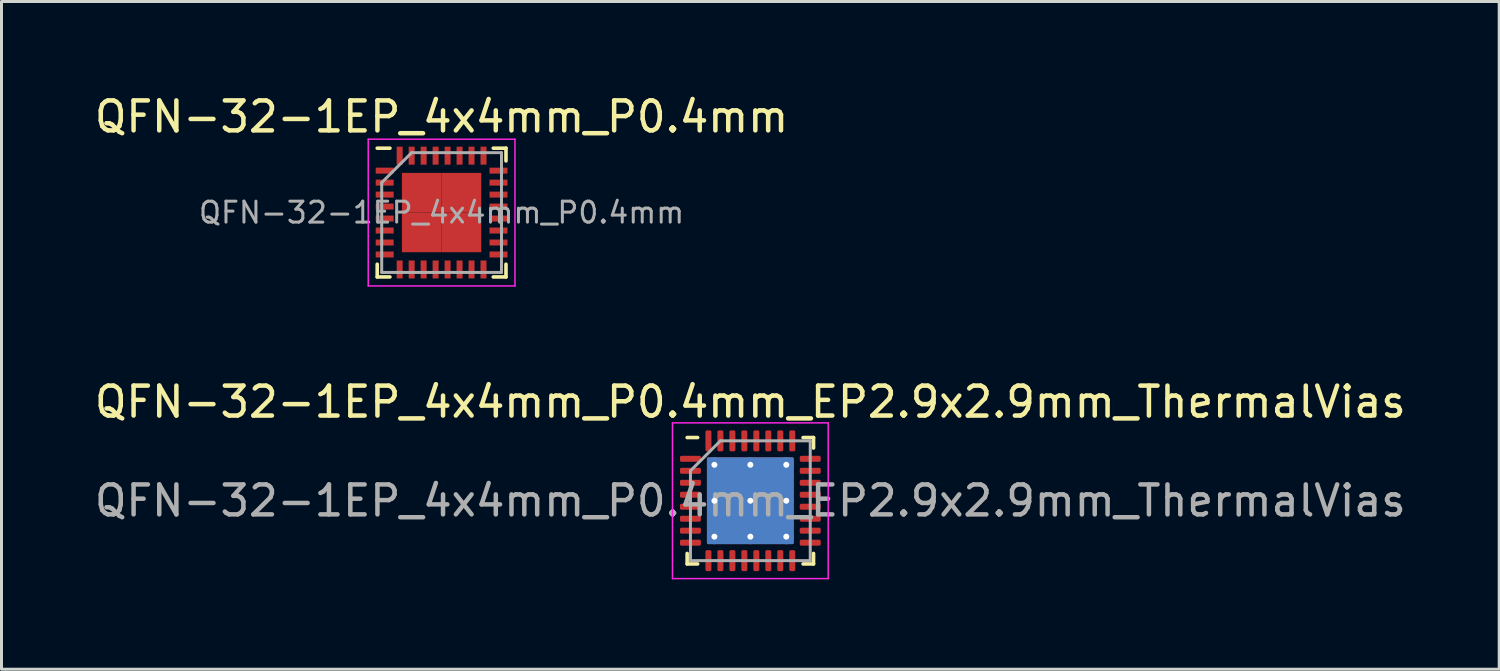
<source format=kicad_pcb>
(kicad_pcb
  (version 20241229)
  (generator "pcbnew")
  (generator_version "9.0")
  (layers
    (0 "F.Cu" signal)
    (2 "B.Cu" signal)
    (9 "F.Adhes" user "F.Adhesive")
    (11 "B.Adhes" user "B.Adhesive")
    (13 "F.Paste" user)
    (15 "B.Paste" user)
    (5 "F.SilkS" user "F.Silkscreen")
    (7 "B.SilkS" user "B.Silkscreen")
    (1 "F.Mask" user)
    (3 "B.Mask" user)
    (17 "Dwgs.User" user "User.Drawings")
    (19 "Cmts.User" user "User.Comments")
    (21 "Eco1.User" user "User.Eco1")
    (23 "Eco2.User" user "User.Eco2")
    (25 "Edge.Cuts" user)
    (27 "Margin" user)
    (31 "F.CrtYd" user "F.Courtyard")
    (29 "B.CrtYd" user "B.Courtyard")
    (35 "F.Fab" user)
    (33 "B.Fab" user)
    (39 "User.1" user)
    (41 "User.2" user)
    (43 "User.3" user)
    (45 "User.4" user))
  (footprint "QFN-32-1EP_4x4mm_P0.4mm"
    (layer "F.Cu")
    (at 11.696 4.048)
    (property "Reference" "QFN-32-1EP_4x4mm_P0.4mm" (at 0 -3.2 0) (layer "F.SilkS") (effects (font (size 1 1) (thickness 0.15))))
    (attr smd)
    (fp_line (start -2.15 -2.15) (end -1.725 -2.15) (stroke (width 0.12) (type solid)) (layer "F.SilkS"))
    (fp_line (start -2.15 2.15) (end -2.15 1.725) (stroke (width 0.12) (type solid)) (layer "F.SilkS"))
    (fp_line (start -2.15 2.15) (end -1.725 2.15) (stroke (width 0.12) (type solid)) (layer "F.SilkS"))
    (fp_line (start 2.15 -2.15) (end 1.725 -2.15) (stroke (width 0.12) (type solid)) (layer "F.SilkS"))
    (fp_line (start 2.15 -2.15) (end 2.15 -1.725) (stroke (width 0.12) (type solid)) (layer "F.SilkS"))
    (fp_line (start 2.15 2.15) (end 1.725 2.15) (stroke (width 0.12) (type solid)) (layer "F.SilkS"))
    (fp_line (start 2.15 2.15) (end 2.15 1.725) (stroke (width 0.12) (type solid)) (layer "F.SilkS"))
    (fp_line (start -2.45 -2.45) (end -2.45 2.45) (stroke (width 0.05) (type solid)) (layer "F.CrtYd"))
    (fp_line (start -2.45 -2.45) (end 2.45 -2.45) (stroke (width 0.05) (type solid)) (layer "F.CrtYd"))
    (fp_line (start -2.45 2.45) (end 2.45 2.45) (stroke (width 0.05) (type solid)) (layer "F.CrtYd"))
    (fp_line (start 2.45 -2.45) (end 2.45 2.45) (stroke (width 0.05) (type solid)) (layer "F.CrtYd"))
    (fp_line (start -2 -1) (end -1 -2) (stroke (width 0.1) (type solid)) (layer "F.Fab"))
    (fp_line (start -2 2) (end -2 -1) (stroke (width 0.1) (type solid)) (layer "F.Fab"))
    (fp_line (start -1 -2) (end 2 -2) (stroke (width 0.1) (type solid)) (layer "F.Fab"))
    (fp_line (start 2 -2) (end 2 2) (stroke (width 0.1) (type solid)) (layer "F.Fab"))
    (fp_line (start 2 2) (end -2 2) (stroke (width 0.1) (type solid)) (layer "F.Fab"))
    (fp_text user "${REFERENCE}" (at 0 0 0) (layer "F.Fab") (effects (font (size 0.7 0.7) (thickness 0.1))))
    (pad "1" smd rect (at -1.9 -1.4) (size 0.6 0.2) (layers "F.Cu" "F.Mask" "F.Paste"))
    (pad "2" smd rect (at -1.9 -1) (size 0.6 0.2) (layers "F.Cu" "F.Mask" "F.Paste"))
    (pad "3" smd rect (at -1.9 -0.6) (size 0.6 0.2) (layers "F.Cu" "F.Mask" "F.Paste"))
    (pad "4" smd rect (at -1.9 -0.2) (size 0.6 0.2) (layers "F.Cu" "F.Mask" "F.Paste"))
    (pad "5" smd rect (at -1.9 0.2) (size 0.6 0.2) (layers "F.Cu" "F.Mask" "F.Paste"))
    (pad "6" smd rect (at -1.9 0.6) (size 0.6 0.2) (layers "F.Cu" "F.Mask" "F.Paste"))
    (pad "7" smd rect (at -1.9 1) (size 0.6 0.2) (layers "F.Cu" "F.Mask" "F.Paste"))
    (pad "8" smd rect (at -1.9 1.4) (size 0.6 0.2) (layers "F.Cu" "F.Mask" "F.Paste"))
    (pad "9" smd rect (at -1.4 1.9 90) (size 0.6 0.2) (layers "F.Cu" "F.Mask" "F.Paste"))
    (pad "10" smd rect (at -1 1.9 90) (size 0.6 0.2) (layers "F.Cu" "F.Mask" "F.Paste"))
    (pad "11" smd rect (at -0.6 1.9 90) (size 0.6 0.2) (layers "F.Cu" "F.Mask" "F.Paste"))
    (pad "12" smd rect (at -0.2 1.9 90) (size 0.6 0.2) (layers "F.Cu" "F.Mask" "F.Paste"))
    (pad "13" smd rect (at 0.2 1.9 90) (size 0.6 0.2) (layers "F.Cu" "F.Mask" "F.Paste"))
    (pad "14" smd rect (at 0.6 1.9 90) (size 0.6 0.2) (layers "F.Cu" "F.Mask" "F.Paste"))
    (pad "15" smd rect (at 1 1.9 90) (size 0.6 0.2) (layers "F.Cu" "F.Mask" "F.Paste"))
    (pad "16" smd rect (at 1.4 1.9 90) (size 0.6 0.2) (layers "F.Cu" "F.Mask" "F.Paste"))
    (pad "17" smd rect (at 1.9 1.4) (size 0.6 0.2) (layers "F.Cu" "F.Mask" "F.Paste"))
    (pad "18" smd rect (at 1.9 1) (size 0.6 0.2) (layers "F.Cu" "F.Mask" "F.Paste"))
    (pad "19" smd rect (at 1.9 0.6) (size 0.6 0.2) (layers "F.Cu" "F.Mask" "F.Paste"))
    (pad "20" smd rect (at 1.9 0.2) (size 0.6 0.2) (layers "F.Cu" "F.Mask" "F.Paste"))
    (pad "21" smd rect (at 1.9 -0.2) (size 0.6 0.2) (layers "F.Cu" "F.Mask" "F.Paste"))
    (pad "22" smd rect (at 1.9 -0.6) (size 0.6 0.2) (layers "F.Cu" "F.Mask" "F.Paste"))
    (pad "23" smd rect (at 1.9 -1) (size 0.6 0.2) (layers "F.Cu" "F.Mask" "F.Paste"))
    (pad "24" smd rect (at 1.9 -1.4) (size 0.6 0.2) (layers "F.Cu" "F.Mask" "F.Paste"))
    (pad "25" smd rect (at 1.4 -1.9 90) (size 0.6 0.2) (layers "F.Cu" "F.Mask" "F.Paste"))
    (pad "26" smd rect (at 1 -1.9 90) (size 0.6 0.2) (layers "F.Cu" "F.Mask" "F.Paste"))
    (pad "27" smd rect (at 0.6 -1.9 90) (size 0.6 0.2) (layers "F.Cu" "F.Mask" "F.Paste"))
    (pad "28" smd rect (at 0.2 -1.9 90) (size 0.6 0.2) (layers "F.Cu" "F.Mask" "F.Paste"))
    (pad "29" smd rect (at -0.2 -1.9 90) (size 0.6 0.2) (layers "F.Cu" "F.Mask" "F.Paste"))
    (pad "30" smd rect (at -0.6 -1.9 90) (size 0.6 0.2) (layers "F.Cu" "F.Mask" "F.Paste"))
    (pad "31" smd rect (at -1 -1.9 90) (size 0.6 0.2) (layers "F.Cu" "F.Mask" "F.Paste"))
    (pad "32" smd rect (at -1.4 -1.9 90) (size 0.6 0.2) (layers "F.Cu" "F.Mask" "F.Paste"))
    (pad "33" smd rect (at -0.662 -0.662) (size 1.325 1.325) (layers "F.Cu" "F.Mask" "F.Paste"))
    (pad "33" smd rect (at -0.662 0.662) (size 1.325 1.325) (layers "F.Cu" "F.Mask" "F.Paste"))
    (pad "33" smd rect (at 0.662 -0.662) (size 1.325 1.325) (layers "F.Cu" "F.Mask" "F.Paste"))
    (pad "33" smd rect (at 0.662 0.662) (size 1.325 1.325) (layers "F.Cu" "F.Mask" "F.Paste")))
  (footprint "QFN-32-1EP_4x4mm_P0.4mm_EP2.9x2.9mm_ThermalVias"
    (layer "F.Cu")
    (at 22.006 13.671)
    (property "Reference" "QFN-32-1EP_4x4mm_P0.4mm_EP2.9x2.9mm_ThermalVias" (at 0 -3.3 0) (layer "F.SilkS") (effects (font (size 1 1) (thickness 0.15))))
    (attr smd)
    (fp_line (start -2.11 2.11) (end -2.11 1.76) (stroke (width 0.12) (type solid)) (layer "F.SilkS"))
    (fp_line (start -1.76 -2.11) (end -2.11 -2.11) (stroke (width 0.12) (type solid)) (layer "F.SilkS"))
    (fp_line (start -1.76 2.11) (end -2.11 2.11) (stroke (width 0.12) (type solid)) (layer "F.SilkS"))
    (fp_line (start 1.76 -2.11) (end 2.11 -2.11) (stroke (width 0.12) (type solid)) (layer "F.SilkS"))
    (fp_line (start 1.76 2.11) (end 2.11 2.11) (stroke (width 0.12) (type solid)) (layer "F.SilkS"))
    (fp_line (start 2.11 -2.11) (end 2.11 -1.76) (stroke (width 0.12) (type solid)) (layer "F.SilkS"))
    (fp_line (start 2.11 2.11) (end 2.11 1.76) (stroke (width 0.12) (type solid)) (layer "F.SilkS"))
    (fp_line (start -2.6 -2.6) (end -2.6 2.6) (stroke (width 0.05) (type solid)) (layer "F.CrtYd"))
    (fp_line (start -2.6 2.6) (end 2.6 2.6) (stroke (width 0.05) (type solid)) (layer "F.CrtYd"))
    (fp_line (start 2.6 -2.6) (end -2.6 -2.6) (stroke (width 0.05) (type solid)) (layer "F.CrtYd"))
    (fp_line (start 2.6 2.6) (end 2.6 -2.6) (stroke (width 0.05) (type solid)) (layer "F.CrtYd"))
    (fp_line (start -2 -1) (end -1 -2) (stroke (width 0.1) (type solid)) (layer "F.Fab"))
    (fp_line (start -2 2) (end -2 -1) (stroke (width 0.1) (type solid)) (layer "F.Fab"))
    (fp_line (start -1 -2) (end 2 -2) (stroke (width 0.1) (type solid)) (layer "F.Fab"))
    (fp_line (start 2 -2) (end 2 2) (stroke (width 0.1) (type solid)) (layer "F.Fab"))
    (fp_line (start 2 2) (end -2 2) (stroke (width 0.1) (type solid)) (layer "F.Fab"))
    (fp_text user "${REFERENCE}" (at 0 0 0) (layer "F.Fab") (effects (font (size 1 1) (thickness 0.15))))
    (pad "" smd roundrect (at -0.725 -0.725) (size 1.26 1.26) (layers "F.Paste") (roundrect_rratio 0.198))
    (pad "" smd roundrect (at -0.725 0.725) (size 1.26 1.26) (layers "F.Paste") (roundrect_rratio 0.198))
    (pad "" smd roundrect (at 0.725 -0.725) (size 1.26 1.26) (layers "F.Paste") (roundrect_rratio 0.198))
    (pad "" smd roundrect (at 0.725 0.725) (size 1.26 1.26) (layers "F.Paste") (roundrect_rratio 0.198))
    (pad "1" smd roundrect (at -2 -1.4) (size 0.7 0.2) (layers "F.Cu" "F.Mask" "F.Paste") (roundrect_rratio 0.25))
    (pad "2" smd roundrect (at -2 -1) (size 0.7 0.2) (layers "F.Cu" "F.Mask" "F.Paste") (roundrect_rratio 0.25))
    (pad "3" smd roundrect (at -2 -0.6) (size 0.7 0.2) (layers "F.Cu" "F.Mask" "F.Paste") (roundrect_rratio 0.25))
    (pad "4" smd roundrect (at -2 -0.2) (size 0.7 0.2) (layers "F.Cu" "F.Mask" "F.Paste") (roundrect_rratio 0.25))
    (pad "5" smd roundrect (at -2 0.2) (size 0.7 0.2) (layers "F.Cu" "F.Mask" "F.Paste") (roundrect_rratio 0.25))
    (pad "6" smd roundrect (at -2 0.6) (size 0.7 0.2) (layers "F.Cu" "F.Mask" "F.Paste") (roundrect_rratio 0.25))
    (pad "7" smd roundrect (at -2 1) (size 0.7 0.2) (layers "F.Cu" "F.Mask" "F.Paste") (roundrect_rratio 0.25))
    (pad "8" smd roundrect (at -2 1.4) (size 0.7 0.2) (layers "F.Cu" "F.Mask" "F.Paste") (roundrect_rratio 0.25))
    (pad "9" smd roundrect (at -1.4 2) (size 0.2 0.7) (layers "F.Cu" "F.Mask" "F.Paste") (roundrect_rratio 0.25))
    (pad "10" smd roundrect (at -1 2) (size 0.2 0.7) (layers "F.Cu" "F.Mask" "F.Paste") (roundrect_rratio 0.25))
    (pad "11" smd roundrect (at -0.6 2) (size 0.2 0.7) (layers "F.Cu" "F.Mask" "F.Paste") (roundrect_rratio 0.25))
    (pad "12" smd roundrect (at -0.2 2) (size 0.2 0.7) (layers "F.Cu" "F.Mask" "F.Paste") (roundrect_rratio 0.25))
    (pad "13" smd roundrect (at 0.2 2) (size 0.2 0.7) (layers "F.Cu" "F.Mask" "F.Paste") (roundrect_rratio 0.25))
    (pad "14" smd roundrect (at 0.6 2) (size 0.2 0.7) (layers "F.Cu" "F.Mask" "F.Paste") (roundrect_rratio 0.25))
    (pad "15" smd roundrect (at 1 2) (size 0.2 0.7) (layers "F.Cu" "F.Mask" "F.Paste") (roundrect_rratio 0.25))
    (pad "16" smd roundrect (at 1.4 2) (size 0.2 0.7) (layers "F.Cu" "F.Mask" "F.Paste") (roundrect_rratio 0.25))
    (pad "17" smd roundrect (at 2 1.4) (size 0.7 0.2) (layers "F.Cu" "F.Mask" "F.Paste") (roundrect_rratio 0.25))
    (pad "18" smd roundrect (at 2 1) (size 0.7 0.2) (layers "F.Cu" "F.Mask" "F.Paste") (roundrect_rratio 0.25))
    (pad "19" smd roundrect (at 2 0.6) (size 0.7 0.2) (layers "F.Cu" "F.Mask" "F.Paste") (roundrect_rratio 0.25))
    (pad "20" smd roundrect (at 2 0.2) (size 0.7 0.2) (layers "F.Cu" "F.Mask" "F.Paste") (roundrect_rratio 0.25))
    (pad "21" smd roundrect (at 2 -0.2) (size 0.7 0.2) (layers "F.Cu" "F.Mask" "F.Paste") (roundrect_rratio 0.25))
    (pad "22" smd roundrect (at 2 -0.6) (size 0.7 0.2) (layers "F.Cu" "F.Mask" "F.Paste") (roundrect_rratio 0.25))
    (pad "23" smd roundrect (at 2 -1) (size 0.7 0.2) (layers "F.Cu" "F.Mask" "F.Paste") (roundrect_rratio 0.25))
    (pad "24" smd roundrect (at 2 -1.4) (size 0.7 0.2) (layers "F.Cu" "F.Mask" "F.Paste") (roundrect_rratio 0.25))
    (pad "25" smd roundrect (at 1.4 -2) (size 0.2 0.7) (layers "F.Cu" "F.Mask" "F.Paste") (roundrect_rratio 0.25))
    (pad "26" smd roundrect (at 1 -2) (size 0.2 0.7) (layers "F.Cu" "F.Mask" "F.Paste") (roundrect_rratio 0.25))
    (pad "27" smd roundrect (at 0.6 -2) (size 0.2 0.7) (layers "F.Cu" "F.Mask" "F.Paste") (roundrect_rratio 0.25))
    (pad "28" smd roundrect (at 0.2 -2) (size 0.2 0.7) (layers "F.Cu" "F.Mask" "F.Paste") (roundrect_rratio 0.25))
    (pad "29" smd roundrect (at -0.2 -2) (size 0.2 0.7) (layers "F.Cu" "F.Mask" "F.Paste") (roundrect_rratio 0.25))
    (pad "30" smd roundrect (at -0.6 -2) (size 0.2 0.7) (layers "F.Cu" "F.Mask" "F.Paste") (roundrect_rratio 0.25))
    (pad "31" smd roundrect (at -1 -2) (size 0.2 0.7) (layers "F.Cu" "F.Mask" "F.Paste") (roundrect_rratio 0.25))
    (pad "32" smd roundrect (at -1.4 -2) (size 0.2 0.7) (layers "F.Cu" "F.Mask" "F.Paste") (roundrect_rratio 0.25))
    (pad "33" thru_hole circle (at -1.2 -1.2) (size 0.5 0.5) (drill 0.2) (layers "*.Cu"))
    (pad "33" thru_hole circle (at -1.2 0) (size 0.5 0.5) (drill 0.2) (layers "*.Cu"))
    (pad "33" thru_hole circle (at -1.2 1.2) (size 0.5 0.5) (drill 0.2) (layers "*.Cu"))
    (pad "33" thru_hole circle (at 0 -1.2) (size 0.5 0.5) (drill 0.2) (layers "*.Cu"))
    (pad "33" thru_hole circle (at 0 0) (size 0.5 0.5) (drill 0.2) (layers "*.Cu"))
    (pad "33" smd roundrect (at 0 0) (size 2.9 2.9) (layers "F.Cu" "F.Mask") (roundrect_rratio 0.017))
    (pad "33" smd roundrect (at 0 0) (size 2.9 2.9) (layers "B.Cu") (roundrect_rratio 0.017))
    (pad "33" thru_hole circle (at 0 1.2) (size 0.5 0.5) (drill 0.2) (layers "*.Cu"))
    (pad "33" thru_hole circle (at 1.2 -1.2) (size 0.5 0.5) (drill 0.2) (layers "*.Cu"))
    (pad "33" thru_hole circle (at 1.2 0) (size 0.5 0.5) (drill 0.2) (layers "*.Cu"))
    (pad "33" thru_hole circle (at 1.2 1.2) (size 0.5 0.5) (drill 0.2) (layers "*.Cu")))
  (gr_rect
    (start -3 -3)
    (end 47.012 19.297)
    (stroke (width 0.1) (type default))
    (fill no)
    (layer "Edge.Cuts")))
</source>
